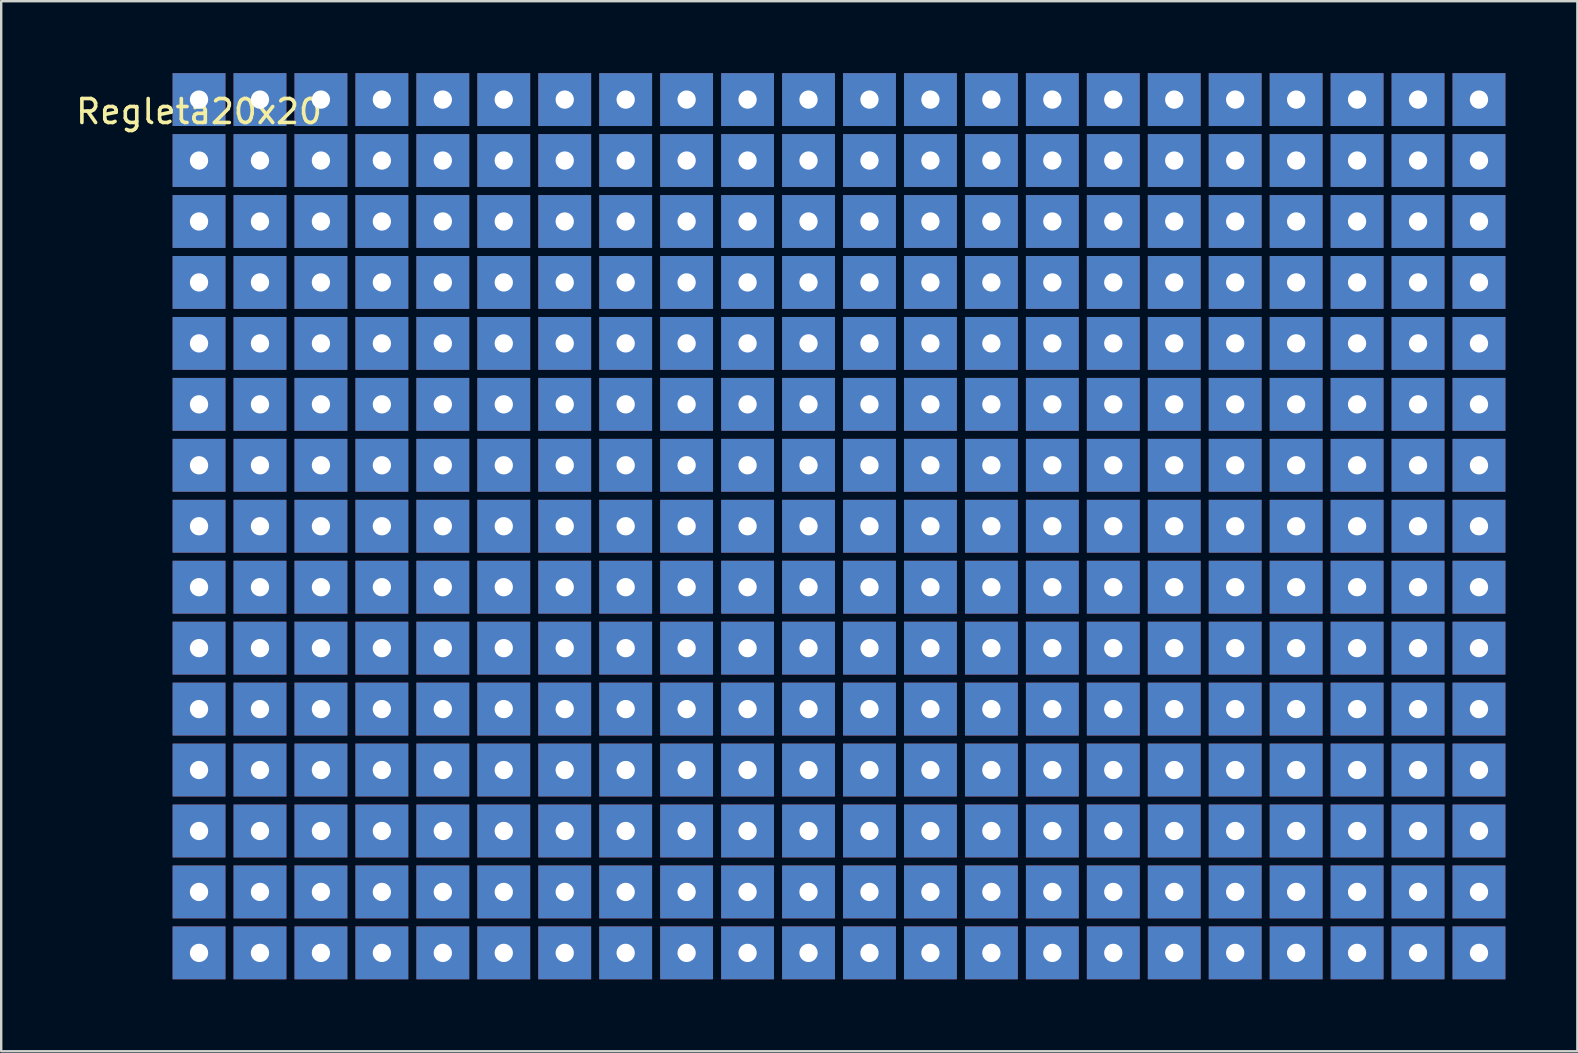
<source format=kicad_pcb>
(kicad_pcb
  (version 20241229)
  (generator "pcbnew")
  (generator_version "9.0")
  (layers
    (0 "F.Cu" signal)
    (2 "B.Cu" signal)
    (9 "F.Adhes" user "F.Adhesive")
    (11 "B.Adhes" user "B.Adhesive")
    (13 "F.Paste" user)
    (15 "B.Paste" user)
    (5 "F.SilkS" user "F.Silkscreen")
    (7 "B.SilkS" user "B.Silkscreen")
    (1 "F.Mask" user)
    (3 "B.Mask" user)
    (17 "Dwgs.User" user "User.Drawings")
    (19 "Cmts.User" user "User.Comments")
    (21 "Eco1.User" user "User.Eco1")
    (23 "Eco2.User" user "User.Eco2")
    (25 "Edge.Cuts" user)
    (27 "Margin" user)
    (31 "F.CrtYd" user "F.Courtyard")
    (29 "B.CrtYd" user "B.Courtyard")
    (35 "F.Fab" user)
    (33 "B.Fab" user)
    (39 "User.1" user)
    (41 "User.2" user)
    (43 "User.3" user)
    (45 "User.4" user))
  (footprint "Regleta20x20"
    (layer "F.Cu")
    (at 5.244 1.1)
    (property "Reference" "Regleta20x20" (at 0 0.5 0) (layer "F.SilkS") (effects (font (size 1 1) (thickness 0.15))))
    (attr through_hole)
    (pad "1" thru_hole rect (at 0 0) (size 2.2 2.2) (drill 0.762) (layers "*.Cu" "*.Mask"))
    (pad "12" thru_hole rect (at 0 2.54) (size 2.2 2.2) (drill 0.762) (layers "*.Cu" "*.Mask"))
    (pad "13" thru_hole rect (at 0 5.08) (size 2.2 2.2) (drill 0.762) (layers "*.Cu" "*.Mask"))
    (pad "14" thru_hole rect (at 0 7.62) (size 2.2 2.2) (drill 0.762) (layers "*.Cu" "*.Mask"))
    (pad "15" thru_hole rect (at 0 10.16) (size 2.2 2.2) (drill 0.762) (layers "*.Cu" "*.Mask"))
    (pad "16" thru_hole rect (at 0 12.7) (size 2.2 2.2) (drill 0.762) (layers "*.Cu" "*.Mask"))
    (pad "17" thru_hole rect (at 0 15.24) (size 2.2 2.2) (drill 0.762) (layers "*.Cu" "*.Mask"))
    (pad "18" thru_hole rect (at 0 17.78) (size 2.2 2.2) (drill 0.762) (layers "*.Cu" "*.Mask"))
    (pad "19" thru_hole rect (at 0 20.32) (size 2.2 2.2) (drill 0.762) (layers "*.Cu" "*.Mask"))
    (pad "21" thru_hole rect (at 2.54 0) (size 2.2 2.2) (drill 0.762) (layers "*.Cu" "*.Mask"))
    (pad "22" thru_hole rect (at 2.54 2.54) (size 2.2 2.2) (drill 0.762) (layers "*.Cu" "*.Mask"))
    (pad "23" thru_hole rect (at 2.54 5.08) (size 2.2 2.2) (drill 0.762) (layers "*.Cu" "*.Mask"))
    (pad "24" thru_hole rect (at 2.54 7.62) (size 2.2 2.2) (drill 0.762) (layers "*.Cu" "*.Mask"))
    (pad "25" thru_hole rect (at 2.54 10.16) (size 2.2 2.2) (drill 0.762) (layers "*.Cu" "*.Mask"))
    (pad "26" thru_hole rect (at 2.54 12.7) (size 2.2 2.2) (drill 0.762) (layers "*.Cu" "*.Mask"))
    (pad "27" thru_hole rect (at 2.54 15.24) (size 2.2 2.2) (drill 0.762) (layers "*.Cu" "*.Mask"))
    (pad "28" thru_hole rect (at 2.54 17.78) (size 2.2 2.2) (drill 0.762) (layers "*.Cu" "*.Mask"))
    (pad "29" thru_hole rect (at 2.54 20.32) (size 2.2 2.2) (drill 0.762) (layers "*.Cu" "*.Mask"))
    (pad "31" thru_hole rect (at 5.08 0) (size 2.2 2.2) (drill 0.762) (layers "*.Cu" "*.Mask"))
    (pad "32" thru_hole rect (at 5.08 2.54) (size 2.2 2.2) (drill 0.762) (layers "*.Cu" "*.Mask"))
    (pad "33" thru_hole rect (at 5.08 5.08) (size 2.2 2.2) (drill 0.762) (layers "*.Cu" "*.Mask"))
    (pad "34" thru_hole rect (at 5.08 7.62) (size 2.2 2.2) (drill 0.762) (layers "*.Cu" "*.Mask"))
    (pad "35" thru_hole rect (at 5.08 10.16) (size 2.2 2.2) (drill 0.762) (layers "*.Cu" "*.Mask"))
    (pad "36" thru_hole rect (at 5.08 12.7) (size 2.2 2.2) (drill 0.762) (layers "*.Cu" "*.Mask"))
    (pad "37" thru_hole rect (at 5.08 15.24) (size 2.2 2.2) (drill 0.762) (layers "*.Cu" "*.Mask"))
    (pad "38" thru_hole rect (at 5.08 17.78) (size 2.2 2.2) (drill 0.762) (layers "*.Cu" "*.Mask"))
    (pad "39" thru_hole rect (at 5.08 20.32) (size 2.2 2.2) (drill 0.762) (layers "*.Cu" "*.Mask"))
    (pad "41" thru_hole rect (at 7.62 0) (size 2.2 2.2) (drill 0.762) (layers "*.Cu" "*.Mask"))
    (pad "42" thru_hole rect (at 7.62 2.54) (size 2.2 2.2) (drill 0.762) (layers "*.Cu" "*.Mask"))
    (pad "43" thru_hole rect (at 7.62 5.08) (size 2.2 2.2) (drill 0.762) (layers "*.Cu" "*.Mask"))
    (pad "44" thru_hole rect (at 7.62 7.62) (size 2.2 2.2) (drill 0.762) (layers "*.Cu" "*.Mask"))
    (pad "45" thru_hole rect (at 7.62 10.16) (size 2.2 2.2) (drill 0.762) (layers "*.Cu" "*.Mask"))
    (pad "46" thru_hole rect (at 7.62 12.7) (size 2.2 2.2) (drill 0.762) (layers "*.Cu" "*.Mask"))
    (pad "47" thru_hole rect (at 7.62 15.24) (size 2.2 2.2) (drill 0.762) (layers "*.Cu" "*.Mask"))
    (pad "48" thru_hole rect (at 7.62 17.78) (size 2.2 2.2) (drill 0.762) (layers "*.Cu" "*.Mask"))
    (pad "49" thru_hole rect (at 7.62 20.32) (size 2.2 2.2) (drill 0.762) (layers "*.Cu" "*.Mask"))
    (pad "51" thru_hole rect (at 10.16 0) (size 2.2 2.2) (drill 0.762) (layers "*.Cu" "*.Mask"))
    (pad "52" thru_hole rect (at 10.16 2.54) (size 2.2 2.2) (drill 0.762) (layers "*.Cu" "*.Mask"))
    (pad "53" thru_hole rect (at 10.16 5.08) (size 2.2 2.2) (drill 0.762) (layers "*.Cu" "*.Mask"))
    (pad "54" thru_hole rect (at 10.16 7.62) (size 2.2 2.2) (drill 0.762) (layers "*.Cu" "*.Mask"))
    (pad "55" thru_hole rect (at 10.16 10.16) (size 2.2 2.2) (drill 0.762) (layers "*.Cu" "*.Mask"))
    (pad "56" thru_hole rect (at 10.16 12.7) (size 2.2 2.2) (drill 0.762) (layers "*.Cu" "*.Mask"))
    (pad "57" thru_hole rect (at 10.16 15.24) (size 2.2 2.2) (drill 0.762) (layers "*.Cu" "*.Mask"))
    (pad "58" thru_hole rect (at 10.16 17.78) (size 2.2 2.2) (drill 0.762) (layers "*.Cu" "*.Mask"))
    (pad "59" thru_hole rect (at 10.16 20.32) (size 2.2 2.2) (drill 0.762) (layers "*.Cu" "*.Mask"))
    (pad "61" thru_hole rect (at 12.7 0) (size 2.2 2.2) (drill 0.762) (layers "*.Cu" "*.Mask"))
    (pad "62" thru_hole rect (at 12.7 2.54) (size 2.2 2.2) (drill 0.762) (layers "*.Cu" "*.Mask"))
    (pad "63" thru_hole rect (at 12.7 5.08) (size 2.2 2.2) (drill 0.762) (layers "*.Cu" "*.Mask"))
    (pad "64" thru_hole rect (at 12.7 7.62) (size 2.2 2.2) (drill 0.762) (layers "*.Cu" "*.Mask"))
    (pad "65" thru_hole rect (at 12.7 10.16) (size 2.2 2.2) (drill 0.762) (layers "*.Cu" "*.Mask"))
    (pad "66" thru_hole rect (at 12.7 12.7) (size 2.2 2.2) (drill 0.762) (layers "*.Cu" "*.Mask"))
    (pad "67" thru_hole rect (at 12.7 15.24) (size 2.2 2.2) (drill 0.762) (layers "*.Cu" "*.Mask"))
    (pad "68" thru_hole rect (at 12.7 17.78) (size 2.2 2.2) (drill 0.762) (layers "*.Cu" "*.Mask"))
    (pad "69" thru_hole rect (at 12.7 20.32) (size 2.2 2.2) (drill 0.762) (layers "*.Cu" "*.Mask"))
    (pad "71" thru_hole rect (at 15.24 0) (size 2.2 2.2) (drill 0.762) (layers "*.Cu" "*.Mask"))
    (pad "72" thru_hole rect (at 15.24 2.54) (size 2.2 2.2) (drill 0.762) (layers "*.Cu" "*.Mask"))
    (pad "73" thru_hole rect (at 15.24 5.08) (size 2.2 2.2) (drill 0.762) (layers "*.Cu" "*.Mask"))
    (pad "74" thru_hole rect (at 15.24 7.62) (size 2.2 2.2) (drill 0.762) (layers "*.Cu" "*.Mask"))
    (pad "75" thru_hole rect (at 15.24 10.16) (size 2.2 2.2) (drill 0.762) (layers "*.Cu" "*.Mask"))
    (pad "76" thru_hole rect (at 15.24 12.7) (size 2.2 2.2) (drill 0.762) (layers "*.Cu" "*.Mask"))
    (pad "77" thru_hole rect (at 15.24 15.24) (size 2.2 2.2) (drill 0.762) (layers "*.Cu" "*.Mask"))
    (pad "78" thru_hole rect (at 15.24 17.78) (size 2.2 2.2) (drill 0.762) (layers "*.Cu" "*.Mask"))
    (pad "79" thru_hole rect (at 15.24 20.32) (size 2.2 2.2) (drill 0.762) (layers "*.Cu" "*.Mask"))
    (pad "81" thru_hole rect (at 17.78 0) (size 2.2 2.2) (drill 0.762) (layers "*.Cu" "*.Mask"))
    (pad "82" thru_hole rect (at 17.78 2.54) (size 2.2 2.2) (drill 0.762) (layers "*.Cu" "*.Mask"))
    (pad "83" thru_hole rect (at 17.78 5.08) (size 2.2 2.2) (drill 0.762) (layers "*.Cu" "*.Mask"))
    (pad "84" thru_hole rect (at 17.78 7.62) (size 2.2 2.2) (drill 0.762) (layers "*.Cu" "*.Mask"))
    (pad "85" thru_hole rect (at 17.78 10.16) (size 2.2 2.2) (drill 0.762) (layers "*.Cu" "*.Mask"))
    (pad "86" thru_hole rect (at 17.78 12.7) (size 2.2 2.2) (drill 0.762) (layers "*.Cu" "*.Mask"))
    (pad "87" thru_hole rect (at 17.78 15.24) (size 2.2 2.2) (drill 0.762) (layers "*.Cu" "*.Mask"))
    (pad "88" thru_hole rect (at 17.78 17.78) (size 2.2 2.2) (drill 0.762) (layers "*.Cu" "*.Mask"))
    (pad "89" thru_hole rect (at 17.78 20.32) (size 2.2 2.2) (drill 0.762) (layers "*.Cu" "*.Mask"))
    (pad "91" thru_hole rect (at 20.32 0) (size 2.2 2.2) (drill 0.762) (layers "*.Cu" "*.Mask"))
    (pad "92" thru_hole rect (at 20.32 2.54) (size 2.2 2.2) (drill 0.762) (layers "*.Cu" "*.Mask"))
    (pad "93" thru_hole rect (at 20.32 5.08) (size 2.2 2.2) (drill 0.762) (layers "*.Cu" "*.Mask"))
    (pad "94" thru_hole rect (at 20.32 7.62) (size 2.2 2.2) (drill 0.762) (layers "*.Cu" "*.Mask"))
    (pad "95" thru_hole rect (at 20.32 10.16) (size 2.2 2.2) (drill 0.762) (layers "*.Cu" "*.Mask"))
    (pad "96" thru_hole rect (at 20.32 12.7) (size 2.2 2.2) (drill 0.762) (layers "*.Cu" "*.Mask"))
    (pad "97" thru_hole rect (at 20.32 15.24) (size 2.2 2.2) (drill 0.762) (layers "*.Cu" "*.Mask"))
    (pad "98" thru_hole rect (at 20.32 17.78) (size 2.2 2.2) (drill 0.762) (layers "*.Cu" "*.Mask"))
    (pad "99" thru_hole rect (at 20.32 20.32) (size 2.2 2.2) (drill 0.762) (layers "*.Cu" "*.Mask"))
    (pad "101" thru_hole rect (at 22.86 0) (size 2.2 2.2) (drill 0.762) (layers "*.Cu" "*.Mask"))
    (pad "102" thru_hole rect (at 22.86 2.54) (size 2.2 2.2) (drill 0.762) (layers "*.Cu" "*.Mask"))
    (pad "103" thru_hole rect (at 22.86 5.08) (size 2.2 2.2) (drill 0.762) (layers "*.Cu" "*.Mask"))
    (pad "104" thru_hole rect (at 22.86 7.62) (size 2.2 2.2) (drill 0.762) (layers "*.Cu" "*.Mask"))
    (pad "105" thru_hole rect (at 22.86 10.16) (size 2.2 2.2) (drill 0.762) (layers "*.Cu" "*.Mask"))
    (pad "106" thru_hole rect (at 22.86 12.7) (size 2.2 2.2) (drill 0.762) (layers "*.Cu" "*.Mask"))
    (pad "107" thru_hole rect (at 22.86 15.24) (size 2.2 2.2) (drill 0.762) (layers "*.Cu" "*.Mask"))
    (pad "108" thru_hole rect (at 22.86 17.78) (size 2.2 2.2) (drill 0.762) (layers "*.Cu" "*.Mask"))
    (pad "109" thru_hole rect (at 22.86 20.32) (size 2.2 2.2) (drill 0.762) (layers "*.Cu" "*.Mask"))
    (pad "110" thru_hole rect (at 0 22.86) (size 2.2 2.2) (drill 0.762) (layers "*.Cu" "*.Mask"))
    (pad "111" thru_hole rect (at 0 25.4) (size 2.2 2.2) (drill 0.762) (layers "*.Cu" "*.Mask"))
    (pad "111" thru_hole rect (at 25.4 0) (size 2.2 2.2) (drill 0.762) (layers "*.Cu" "*.Mask"))
    (pad "112" thru_hole rect (at 0 27.94) (size 2.2 2.2) (drill 0.762) (layers "*.Cu" "*.Mask"))
    (pad "112" thru_hole rect (at 25.4 2.54) (size 2.2 2.2) (drill 0.762) (layers "*.Cu" "*.Mask"))
    (pad "113" thru_hole rect (at 0 30.48) (size 2.2 2.2) (drill 0.762) (layers "*.Cu" "*.Mask"))
    (pad "113" thru_hole rect (at 25.4 5.08) (size 2.2 2.2) (drill 0.762) (layers "*.Cu" "*.Mask"))
    (pad "114" thru_hole rect (at 0 33.02) (size 2.2 2.2) (drill 0.762) (layers "*.Cu" "*.Mask"))
    (pad "114" thru_hole rect (at 25.4 7.62) (size 2.2 2.2) (drill 0.762) (layers "*.Cu" "*.Mask"))
    (pad "115" thru_hole rect (at 0 35.56) (size 2.2 2.2) (drill 0.762) (layers "*.Cu" "*.Mask"))
    (pad "115" thru_hole rect (at 25.4 10.16) (size 2.2 2.2) (drill 0.762) (layers "*.Cu" "*.Mask"))
    (pad "116" thru_hole rect (at 25.4 12.7) (size 2.2 2.2) (drill 0.762) (layers "*.Cu" "*.Mask"))
    (pad "117" thru_hole rect (at 25.4 15.24) (size 2.2 2.2) (drill 0.762) (layers "*.Cu" "*.Mask"))
    (pad "118" thru_hole rect (at 25.4 17.78) (size 2.2 2.2) (drill 0.762) (layers "*.Cu" "*.Mask"))
    (pad "119" thru_hole rect (at 25.4 20.32) (size 2.2 2.2) (drill 0.762) (layers "*.Cu" "*.Mask"))
    (pad "121" thru_hole rect (at 27.94 0) (size 2.2 2.2) (drill 0.762) (layers "*.Cu" "*.Mask"))
    (pad "122" thru_hole rect (at 27.94 2.54) (size 2.2 2.2) (drill 0.762) (layers "*.Cu" "*.Mask"))
    (pad "123" thru_hole rect (at 27.94 5.08) (size 2.2 2.2) (drill 0.762) (layers "*.Cu" "*.Mask"))
    (pad "124" thru_hole rect (at 27.94 7.62) (size 2.2 2.2) (drill 0.762) (layers "*.Cu" "*.Mask"))
    (pad "125" thru_hole rect (at 27.94 10.16) (size 2.2 2.2) (drill 0.762) (layers "*.Cu" "*.Mask"))
    (pad "126" thru_hole rect (at 27.94 12.7) (size 2.2 2.2) (drill 0.762) (layers "*.Cu" "*.Mask"))
    (pad "127" thru_hole rect (at 27.94 15.24) (size 2.2 2.2) (drill 0.762) (layers "*.Cu" "*.Mask"))
    (pad "128" thru_hole rect (at 27.94 17.78) (size 2.2 2.2) (drill 0.762) (layers "*.Cu" "*.Mask"))
    (pad "129" thru_hole rect (at 27.94 20.32) (size 2.2 2.2) (drill 0.762) (layers "*.Cu" "*.Mask"))
    (pad "131" thru_hole rect (at 30.48 0) (size 2.2 2.2) (drill 0.762) (layers "*.Cu" "*.Mask"))
    (pad "132" thru_hole rect (at 30.48 2.54) (size 2.2 2.2) (drill 0.762) (layers "*.Cu" "*.Mask"))
    (pad "133" thru_hole rect (at 30.48 5.08) (size 2.2 2.2) (drill 0.762) (layers "*.Cu" "*.Mask"))
    (pad "134" thru_hole rect (at 30.48 7.62) (size 2.2 2.2) (drill 0.762) (layers "*.Cu" "*.Mask"))
    (pad "135" thru_hole rect (at 30.48 10.16) (size 2.2 2.2) (drill 0.762) (layers "*.Cu" "*.Mask"))
    (pad "136" thru_hole rect (at 30.48 12.7) (size 2.2 2.2) (drill 0.762) (layers "*.Cu" "*.Mask"))
    (pad "137" thru_hole rect (at 30.48 15.24) (size 2.2 2.2) (drill 0.762) (layers "*.Cu" "*.Mask"))
    (pad "138" thru_hole rect (at 30.48 17.78) (size 2.2 2.2) (drill 0.762) (layers "*.Cu" "*.Mask"))
    (pad "139" thru_hole rect (at 30.48 20.32) (size 2.2 2.2) (drill 0.762) (layers "*.Cu" "*.Mask"))
    (pad "141" thru_hole rect (at 33.02 0) (size 2.2 2.2) (drill 0.762) (layers "*.Cu" "*.Mask"))
    (pad "142" thru_hole rect (at 33.02 2.54) (size 2.2 2.2) (drill 0.762) (layers "*.Cu" "*.Mask"))
    (pad "143" thru_hole rect (at 33.02 5.08) (size 2.2 2.2) (drill 0.762) (layers "*.Cu" "*.Mask"))
    (pad "144" thru_hole rect (at 33.02 7.62) (size 2.2 2.2) (drill 0.762) (layers "*.Cu" "*.Mask"))
    (pad "145" thru_hole rect (at 33.02 10.16) (size 2.2 2.2) (drill 0.762) (layers "*.Cu" "*.Mask"))
    (pad "146" thru_hole rect (at 33.02 12.7) (size 2.2 2.2) (drill 0.762) (layers "*.Cu" "*.Mask"))
    (pad "147" thru_hole rect (at 33.02 15.24) (size 2.2 2.2) (drill 0.762) (layers "*.Cu" "*.Mask"))
    (pad "148" thru_hole rect (at 33.02 17.78) (size 2.2 2.2) (drill 0.762) (layers "*.Cu" "*.Mask"))
    (pad "149" thru_hole rect (at 33.02 20.32) (size 2.2 2.2) (drill 0.762) (layers "*.Cu" "*.Mask"))
    (pad "151" thru_hole rect (at 35.56 0) (size 2.2 2.2) (drill 0.762) (layers "*.Cu" "*.Mask"))
    (pad "152" thru_hole rect (at 35.56 2.54) (size 2.2 2.2) (drill 0.762) (layers "*.Cu" "*.Mask"))
    (pad "153" thru_hole rect (at 35.56 5.08) (size 2.2 2.2) (drill 0.762) (layers "*.Cu" "*.Mask"))
    (pad "154" thru_hole rect (at 35.56 7.62) (size 2.2 2.2) (drill 0.762) (layers "*.Cu" "*.Mask"))
    (pad "155" thru_hole rect (at 35.56 10.16) (size 2.2 2.2) (drill 0.762) (layers "*.Cu" "*.Mask"))
    (pad "156" thru_hole rect (at 35.56 12.7) (size 2.2 2.2) (drill 0.762) (layers "*.Cu" "*.Mask"))
    (pad "157" thru_hole rect (at 35.56 15.24) (size 2.2 2.2) (drill 0.762) (layers "*.Cu" "*.Mask"))
    (pad "158" thru_hole rect (at 35.56 17.78) (size 2.2 2.2) (drill 0.762) (layers "*.Cu" "*.Mask"))
    (pad "159" thru_hole rect (at 35.56 20.32) (size 2.2 2.2) (drill 0.762) (layers "*.Cu" "*.Mask"))
    (pad "161" thru_hole rect (at 38.1 0) (size 2.2 2.2) (drill 0.762) (layers "*.Cu" "*.Mask"))
    (pad "162" thru_hole rect (at 38.1 2.54) (size 2.2 2.2) (drill 0.762) (layers "*.Cu" "*.Mask"))
    (pad "163" thru_hole rect (at 38.1 5.08) (size 2.2 2.2) (drill 0.762) (layers "*.Cu" "*.Mask"))
    (pad "164" thru_hole rect (at 38.1 7.62) (size 2.2 2.2) (drill 0.762) (layers "*.Cu" "*.Mask"))
    (pad "165" thru_hole rect (at 38.1 10.16) (size 2.2 2.2) (drill 0.762) (layers "*.Cu" "*.Mask"))
    (pad "166" thru_hole rect (at 38.1 12.7) (size 2.2 2.2) (drill 0.762) (layers "*.Cu" "*.Mask"))
    (pad "167" thru_hole rect (at 38.1 15.24) (size 2.2 2.2) (drill 0.762) (layers "*.Cu" "*.Mask"))
    (pad "168" thru_hole rect (at 38.1 17.78) (size 2.2 2.2) (drill 0.762) (layers "*.Cu" "*.Mask"))
    (pad "169" thru_hole rect (at 38.1 20.32) (size 2.2 2.2) (drill 0.762) (layers "*.Cu" "*.Mask"))
    (pad "171" thru_hole rect (at 40.64 0) (size 2.2 2.2) (drill 0.762) (layers "*.Cu" "*.Mask"))
    (pad "172" thru_hole rect (at 40.64 2.54) (size 2.2 2.2) (drill 0.762) (layers "*.Cu" "*.Mask"))
    (pad "173" thru_hole rect (at 40.64 5.08) (size 2.2 2.2) (drill 0.762) (layers "*.Cu" "*.Mask"))
    (pad "174" thru_hole rect (at 40.64 7.62) (size 2.2 2.2) (drill 0.762) (layers "*.Cu" "*.Mask"))
    (pad "175" thru_hole rect (at 40.64 10.16) (size 2.2 2.2) (drill 0.762) (layers "*.Cu" "*.Mask"))
    (pad "176" thru_hole rect (at 40.64 12.7) (size 2.2 2.2) (drill 0.762) (layers "*.Cu" "*.Mask"))
    (pad "177" thru_hole rect (at 40.64 15.24) (size 2.2 2.2) (drill 0.762) (layers "*.Cu" "*.Mask"))
    (pad "178" thru_hole rect (at 40.64 17.78) (size 2.2 2.2) (drill 0.762) (layers "*.Cu" "*.Mask"))
    (pad "179" thru_hole rect (at 40.64 20.32) (size 2.2 2.2) (drill 0.762) (layers "*.Cu" "*.Mask"))
    (pad "181" thru_hole rect (at 43.18 0) (size 2.2 2.2) (drill 0.762) (layers "*.Cu" "*.Mask"))
    (pad "182" thru_hole rect (at 43.18 2.54) (size 2.2 2.2) (drill 0.762) (layers "*.Cu" "*.Mask"))
    (pad "183" thru_hole rect (at 43.18 5.08) (size 2.2 2.2) (drill 0.762) (layers "*.Cu" "*.Mask"))
    (pad "184" thru_hole rect (at 43.18 7.62) (size 2.2 2.2) (drill 0.762) (layers "*.Cu" "*.Mask"))
    (pad "185" thru_hole rect (at 43.18 10.16) (size 2.2 2.2) (drill 0.762) (layers "*.Cu" "*.Mask"))
    (pad "186" thru_hole rect (at 43.18 12.7) (size 2.2 2.2) (drill 0.762) (layers "*.Cu" "*.Mask"))
    (pad "187" thru_hole rect (at 43.18 15.24) (size 2.2 2.2) (drill 0.762) (layers "*.Cu" "*.Mask"))
    (pad "188" thru_hole rect (at 43.18 17.78) (size 2.2 2.2) (drill 0.762) (layers "*.Cu" "*.Mask"))
    (pad "189" thru_hole rect (at 43.18 20.32) (size 2.2 2.2) (drill 0.762) (layers "*.Cu" "*.Mask"))
    (pad "191" thru_hole rect (at 45.72 0) (size 2.2 2.2) (drill 0.762) (layers "*.Cu" "*.Mask"))
    (pad "192" thru_hole rect (at 45.72 2.54) (size 2.2 2.2) (drill 0.762) (layers "*.Cu" "*.Mask"))
    (pad "193" thru_hole rect (at 45.72 5.08) (size 2.2 2.2) (drill 0.762) (layers "*.Cu" "*.Mask"))
    (pad "194" thru_hole rect (at 45.72 7.62) (size 2.2 2.2) (drill 0.762) (layers "*.Cu" "*.Mask"))
    (pad "195" thru_hole rect (at 45.72 10.16) (size 2.2 2.2) (drill 0.762) (layers "*.Cu" "*.Mask"))
    (pad "196" thru_hole rect (at 45.72 12.7) (size 2.2 2.2) (drill 0.762) (layers "*.Cu" "*.Mask"))
    (pad "197" thru_hole rect (at 45.72 15.24) (size 2.2 2.2) (drill 0.762) (layers "*.Cu" "*.Mask"))
    (pad "198" thru_hole rect (at 45.72 17.78) (size 2.2 2.2) (drill 0.762) (layers "*.Cu" "*.Mask"))
    (pad "199" thru_hole rect (at 45.72 20.32) (size 2.2 2.2) (drill 0.762) (layers "*.Cu" "*.Mask"))
    (pad "201" thru_hole rect (at 48.26 0) (size 2.2 2.2) (drill 0.762) (layers "*.Cu" "*.Mask"))
    (pad "202" thru_hole rect (at 48.26 2.54) (size 2.2 2.2) (drill 0.762) (layers "*.Cu" "*.Mask"))
    (pad "203" thru_hole rect (at 48.26 5.08) (size 2.2 2.2) (drill 0.762) (layers "*.Cu" "*.Mask"))
    (pad "204" thru_hole rect (at 48.26 7.62) (size 2.2 2.2) (drill 0.762) (layers "*.Cu" "*.Mask"))
    (pad "205" thru_hole rect (at 48.26 10.16) (size 2.2 2.2) (drill 0.762) (layers "*.Cu" "*.Mask"))
    (pad "206" thru_hole rect (at 48.26 12.7) (size 2.2 2.2) (drill 0.762) (layers "*.Cu" "*.Mask"))
    (pad "207" thru_hole rect (at 48.26 15.24) (size 2.2 2.2) (drill 0.762) (layers "*.Cu" "*.Mask"))
    (pad "208" thru_hole rect (at 48.26 17.78) (size 2.2 2.2) (drill 0.762) (layers "*.Cu" "*.Mask"))
    (pad "209" thru_hole rect (at 48.26 20.32) (size 2.2 2.2) (drill 0.762) (layers "*.Cu" "*.Mask"))
    (pad "210" thru_hole rect (at 2.54 22.86) (size 2.2 2.2) (drill 0.762) (layers "*.Cu" "*.Mask"))
    (pad "211" thru_hole rect (at 2.54 25.4) (size 2.2 2.2) (drill 0.762) (layers "*.Cu" "*.Mask"))
    (pad "211" thru_hole rect (at 50.8 0) (size 2.2 2.2) (drill 0.762) (layers "*.Cu" "*.Mask"))
    (pad "212" thru_hole rect (at 2.54 27.94) (size 2.2 2.2) (drill 0.762) (layers "*.Cu" "*.Mask"))
    (pad "212" thru_hole rect (at 50.8 2.54) (size 2.2 2.2) (drill 0.762) (layers "*.Cu" "*.Mask"))
    (pad "213" thru_hole rect (at 2.54 30.48) (size 2.2 2.2) (drill 0.762) (layers "*.Cu" "*.Mask"))
    (pad "213" thru_hole rect (at 50.8 5.08) (size 2.2 2.2) (drill 0.762) (layers "*.Cu" "*.Mask"))
    (pad "214" thru_hole rect (at 2.54 33.02) (size 2.2 2.2) (drill 0.762) (layers "*.Cu" "*.Mask"))
    (pad "214" thru_hole rect (at 50.8 7.62) (size 2.2 2.2) (drill 0.762) (layers "*.Cu" "*.Mask"))
    (pad "215" thru_hole rect (at 2.54 35.56) (size 2.2 2.2) (drill 0.762) (layers "*.Cu" "*.Mask"))
    (pad "215" thru_hole rect (at 50.8 10.16) (size 2.2 2.2) (drill 0.762) (layers "*.Cu" "*.Mask"))
    (pad "216" thru_hole rect (at 50.8 12.7) (size 2.2 2.2) (drill 0.762) (layers "*.Cu" "*.Mask"))
    (pad "217" thru_hole rect (at 50.8 15.24) (size 2.2 2.2) (drill 0.762) (layers "*.Cu" "*.Mask"))
    (pad "218" thru_hole rect (at 50.8 17.78) (size 2.2 2.2) (drill 0.762) (layers "*.Cu" "*.Mask"))
    (pad "219" thru_hole rect (at 50.8 20.32) (size 2.2 2.2) (drill 0.762) (layers "*.Cu" "*.Mask"))
    (pad "221" thru_hole rect (at 53.34 0) (size 2.2 2.2) (drill 0.762) (layers "*.Cu" "*.Mask"))
    (pad "222" thru_hole rect (at 53.34 2.54) (size 2.2 2.2) (drill 0.762) (layers "*.Cu" "*.Mask"))
    (pad "223" thru_hole rect (at 53.34 5.08) (size 2.2 2.2) (drill 0.762) (layers "*.Cu" "*.Mask"))
    (pad "224" thru_hole rect (at 53.34 7.62) (size 2.2 2.2) (drill 0.762) (layers "*.Cu" "*.Mask"))
    (pad "225" thru_hole rect (at 53.34 10.16) (size 2.2 2.2) (drill 0.762) (layers "*.Cu" "*.Mask"))
    (pad "226" thru_hole rect (at 53.34 12.7) (size 2.2 2.2) (drill 0.762) (layers "*.Cu" "*.Mask"))
    (pad "227" thru_hole rect (at 53.34 15.24) (size 2.2 2.2) (drill 0.762) (layers "*.Cu" "*.Mask"))
    (pad "228" thru_hole rect (at 53.34 17.78) (size 2.2 2.2) (drill 0.762) (layers "*.Cu" "*.Mask"))
    (pad "229" thru_hole rect (at 53.34 20.32) (size 2.2 2.2) (drill 0.762) (layers "*.Cu" "*.Mask"))
    (pad "310" thru_hole rect (at 5.08 22.86) (size 2.2 2.2) (drill 0.762) (layers "*.Cu" "*.Mask"))
    (pad "311" thru_hole rect (at 5.08 25.4) (size 2.2 2.2) (drill 0.762) (layers "*.Cu" "*.Mask"))
    (pad "312" thru_hole rect (at 5.08 27.94) (size 2.2 2.2) (drill 0.762) (layers "*.Cu" "*.Mask"))
    (pad "313" thru_hole rect (at 5.08 30.48) (size 2.2 2.2) (drill 0.762) (layers "*.Cu" "*.Mask"))
    (pad "314" thru_hole rect (at 5.08 33.02) (size 2.2 2.2) (drill 0.762) (layers "*.Cu" "*.Mask"))
    (pad "315" thru_hole rect (at 5.08 35.56) (size 2.2 2.2) (drill 0.762) (layers "*.Cu" "*.Mask"))
    (pad "410" thru_hole rect (at 7.62 22.86) (size 2.2 2.2) (drill 0.762) (layers "*.Cu" "*.Mask"))
    (pad "411" thru_hole rect (at 7.62 25.4) (size 2.2 2.2) (drill 0.762) (layers "*.Cu" "*.Mask"))
    (pad "412" thru_hole rect (at 7.62 27.94) (size 2.2 2.2) (drill 0.762) (layers "*.Cu" "*.Mask"))
    (pad "413" thru_hole rect (at 7.62 30.48) (size 2.2 2.2) (drill 0.762) (layers "*.Cu" "*.Mask"))
    (pad "414" thru_hole rect (at 7.62 33.02) (size 2.2 2.2) (drill 0.762) (layers "*.Cu" "*.Mask"))
    (pad "415" thru_hole rect (at 7.62 35.56) (size 2.2 2.2) (drill 0.762) (layers "*.Cu" "*.Mask"))
    (pad "510" thru_hole rect (at 10.16 22.86) (size 2.2 2.2) (drill 0.762) (layers "*.Cu" "*.Mask"))
    (pad "511" thru_hole rect (at 10.16 25.4) (size 2.2 2.2) (drill 0.762) (layers "*.Cu" "*.Mask"))
    (pad "512" thru_hole rect (at 10.16 27.94) (size 2.2 2.2) (drill 0.762) (layers "*.Cu" "*.Mask"))
    (pad "513" thru_hole rect (at 10.16 30.48) (size 2.2 2.2) (drill 0.762) (layers "*.Cu" "*.Mask"))
    (pad "514" thru_hole rect (at 10.16 33.02) (size 2.2 2.2) (drill 0.762) (layers "*.Cu" "*.Mask"))
    (pad "515" thru_hole rect (at 10.16 35.56) (size 2.2 2.2) (drill 0.762) (layers "*.Cu" "*.Mask"))
    (pad "610" thru_hole rect (at 12.7 22.86) (size 2.2 2.2) (drill 0.762) (layers "*.Cu" "*.Mask"))
    (pad "611" thru_hole rect (at 12.7 25.4) (size 2.2 2.2) (drill 0.762) (layers "*.Cu" "*.Mask"))
    (pad "612" thru_hole rect (at 12.7 27.94) (size 2.2 2.2) (drill 0.762) (layers "*.Cu" "*.Mask"))
    (pad "613" thru_hole rect (at 12.7 30.48) (size 2.2 2.2) (drill 0.762) (layers "*.Cu" "*.Mask"))
    (pad "614" thru_hole rect (at 12.7 33.02) (size 2.2 2.2) (drill 0.762) (layers "*.Cu" "*.Mask"))
    (pad "615" thru_hole rect (at 12.7 35.56) (size 2.2 2.2) (drill 0.762) (layers "*.Cu" "*.Mask"))
    (pad "710" thru_hole rect (at 15.24 22.86) (size 2.2 2.2) (drill 0.762) (layers "*.Cu" "*.Mask"))
    (pad "711" thru_hole rect (at 15.24 25.4) (size 2.2 2.2) (drill 0.762) (layers "*.Cu" "*.Mask"))
    (pad "712" thru_hole rect (at 15.24 27.94) (size 2.2 2.2) (drill 0.762) (layers "*.Cu" "*.Mask"))
    (pad "713" thru_hole rect (at 15.24 30.48) (size 2.2 2.2) (drill 0.762) (layers "*.Cu" "*.Mask"))
    (pad "714" thru_hole rect (at 15.24 33.02) (size 2.2 2.2) (drill 0.762) (layers "*.Cu" "*.Mask"))
    (pad "715" thru_hole rect (at 15.24 35.56) (size 2.2 2.2) (drill 0.762) (layers "*.Cu" "*.Mask"))
    (pad "810" thru_hole rect (at 17.78 22.86) (size 2.2 2.2) (drill 0.762) (layers "*.Cu" "*.Mask"))
    (pad "811" thru_hole rect (at 17.78 25.4) (size 2.2 2.2) (drill 0.762) (layers "*.Cu" "*.Mask"))
    (pad "812" thru_hole rect (at 17.78 27.94) (size 2.2 2.2) (drill 0.762) (layers "*.Cu" "*.Mask"))
    (pad "813" thru_hole rect (at 17.78 30.48) (size 2.2 2.2) (drill 0.762) (layers "*.Cu" "*.Mask"))
    (pad "814" thru_hole rect (at 17.78 33.02) (size 2.2 2.2) (drill 0.762) (layers "*.Cu" "*.Mask"))
    (pad "815" thru_hole rect (at 17.78 35.56) (size 2.2 2.2) (drill 0.762) (layers "*.Cu" "*.Mask"))
    (pad "910" thru_hole rect (at 20.32 22.86) (size 2.2 2.2) (drill 0.762) (layers "*.Cu" "*.Mask"))
    (pad "911" thru_hole rect (at 20.32 25.4) (size 2.2 2.2) (drill 0.762) (layers "*.Cu" "*.Mask"))
    (pad "912" thru_hole rect (at 20.32 27.94) (size 2.2 2.2) (drill 0.762) (layers "*.Cu" "*.Mask"))
    (pad "913" thru_hole rect (at 20.32 30.48) (size 2.2 2.2) (drill 0.762) (layers "*.Cu" "*.Mask"))
    (pad "914" thru_hole rect (at 20.32 33.02) (size 2.2 2.2) (drill 0.762) (layers "*.Cu" "*.Mask"))
    (pad "915" thru_hole rect (at 20.32 35.56) (size 2.2 2.2) (drill 0.762) (layers "*.Cu" "*.Mask"))
    (pad "1010" thru_hole rect (at 22.86 22.86) (size 2.2 2.2) (drill 0.762) (layers "*.Cu" "*.Mask"))
    (pad "1011" thru_hole rect (at 22.86 25.4) (size 2.2 2.2) (drill 0.762) (layers "*.Cu" "*.Mask"))
    (pad "1012" thru_hole rect (at 22.86 27.94) (size 2.2 2.2) (drill 0.762) (layers "*.Cu" "*.Mask"))
    (pad "1013" thru_hole rect (at 22.86 30.48) (size 2.2 2.2) (drill 0.762) (layers "*.Cu" "*.Mask"))
    (pad "1014" thru_hole rect (at 22.86 33.02) (size 2.2 2.2) (drill 0.762) (layers "*.Cu" "*.Mask"))
    (pad "1015" thru_hole rect (at 22.86 35.56) (size 2.2 2.2) (drill 0.762) (layers "*.Cu" "*.Mask"))
    (pad "1110" thru_hole rect (at 25.4 22.86) (size 2.2 2.2) (drill 0.762) (layers "*.Cu" "*.Mask"))
    (pad "1111" thru_hole rect (at 25.4 25.4) (size 2.2 2.2) (drill 0.762) (layers "*.Cu" "*.Mask"))
    (pad "1112" thru_hole rect (at 25.4 27.94) (size 2.2 2.2) (drill 0.762) (layers "*.Cu" "*.Mask"))
    (pad "1113" thru_hole rect (at 25.4 30.48) (size 2.2 2.2) (drill 0.762) (layers "*.Cu" "*.Mask"))
    (pad "1114" thru_hole rect (at 25.4 33.02) (size 2.2 2.2) (drill 0.762) (layers "*.Cu" "*.Mask"))
    (pad "1115" thru_hole rect (at 25.4 35.56) (size 2.2 2.2) (drill 0.762) (layers "*.Cu" "*.Mask"))
    (pad "1210" thru_hole rect (at 27.94 22.86) (size 2.2 2.2) (drill 0.762) (layers "*.Cu" "*.Mask"))
    (pad "1211" thru_hole rect (at 27.94 25.4) (size 2.2 2.2) (drill 0.762) (layers "*.Cu" "*.Mask"))
    (pad "1212" thru_hole rect (at 27.94 27.94) (size 2.2 2.2) (drill 0.762) (layers "*.Cu" "*.Mask"))
    (pad "1213" thru_hole rect (at 27.94 30.48) (size 2.2 2.2) (drill 0.762) (layers "*.Cu" "*.Mask"))
    (pad "1214" thru_hole rect (at 27.94 33.02) (size 2.2 2.2) (drill 0.762) (layers "*.Cu" "*.Mask"))
    (pad "1215" thru_hole rect (at 27.94 35.56) (size 2.2 2.2) (drill 0.762) (layers "*.Cu" "*.Mask"))
    (pad "1310" thru_hole rect (at 30.48 22.86) (size 2.2 2.2) (drill 0.762) (layers "*.Cu" "*.Mask"))
    (pad "1311" thru_hole rect (at 30.48 25.4) (size 2.2 2.2) (drill 0.762) (layers "*.Cu" "*.Mask"))
    (pad "1312" thru_hole rect (at 30.48 27.94) (size 2.2 2.2) (drill 0.762) (layers "*.Cu" "*.Mask"))
    (pad "1313" thru_hole rect (at 30.48 30.48) (size 2.2 2.2) (drill 0.762) (layers "*.Cu" "*.Mask"))
    (pad "1314" thru_hole rect (at 30.48 33.02) (size 2.2 2.2) (drill 0.762) (layers "*.Cu" "*.Mask"))
    (pad "1315" thru_hole rect (at 30.48 35.56) (size 2.2 2.2) (drill 0.762) (layers "*.Cu" "*.Mask"))
    (pad "1410" thru_hole rect (at 33.02 22.86) (size 2.2 2.2) (drill 0.762) (layers "*.Cu" "*.Mask"))
    (pad "1411" thru_hole rect (at 33.02 25.4) (size 2.2 2.2) (drill 0.762) (layers "*.Cu" "*.Mask"))
    (pad "1412" thru_hole rect (at 33.02 27.94) (size 2.2 2.2) (drill 0.762) (layers "*.Cu" "*.Mask"))
    (pad "1413" thru_hole rect (at 33.02 30.48) (size 2.2 2.2) (drill 0.762) (layers "*.Cu" "*.Mask"))
    (pad "1414" thru_hole rect (at 33.02 33.02) (size 2.2 2.2) (drill 0.762) (layers "*.Cu" "*.Mask"))
    (pad "1415" thru_hole rect (at 33.02 35.56) (size 2.2 2.2) (drill 0.762) (layers "*.Cu" "*.Mask"))
    (pad "1510" thru_hole rect (at 35.56 22.86) (size 2.2 2.2) (drill 0.762) (layers "*.Cu" "*.Mask"))
    (pad "1511" thru_hole rect (at 35.56 25.4) (size 2.2 2.2) (drill 0.762) (layers "*.Cu" "*.Mask"))
    (pad "1512" thru_hole rect (at 35.56 27.94) (size 2.2 2.2) (drill 0.762) (layers "*.Cu" "*.Mask"))
    (pad "1513" thru_hole rect (at 35.56 30.48) (size 2.2 2.2) (drill 0.762) (layers "*.Cu" "*.Mask"))
    (pad "1514" thru_hole rect (at 35.56 33.02) (size 2.2 2.2) (drill 0.762) (layers "*.Cu" "*.Mask"))
    (pad "1515" thru_hole rect (at 35.56 35.56) (size 2.2 2.2) (drill 0.762) (layers "*.Cu" "*.Mask"))
    (pad "1610" thru_hole rect (at 38.1 22.86) (size 2.2 2.2) (drill 0.762) (layers "*.Cu" "*.Mask"))
    (pad "1611" thru_hole rect (at 38.1 25.4) (size 2.2 2.2) (drill 0.762) (layers "*.Cu" "*.Mask"))
    (pad "1612" thru_hole rect (at 38.1 27.94) (size 2.2 2.2) (drill 0.762) (layers "*.Cu" "*.Mask"))
    (pad "1613" thru_hole rect (at 38.1 30.48) (size 2.2 2.2) (drill 0.762) (layers "*.Cu" "*.Mask"))
    (pad "1614" thru_hole rect (at 38.1 33.02) (size 2.2 2.2) (drill 0.762) (layers "*.Cu" "*.Mask"))
    (pad "1615" thru_hole rect (at 38.1 35.56) (size 2.2 2.2) (drill 0.762) (layers "*.Cu" "*.Mask"))
    (pad "1710" thru_hole rect (at 40.64 22.86) (size 2.2 2.2) (drill 0.762) (layers "*.Cu" "*.Mask"))
    (pad "1711" thru_hole rect (at 40.64 25.4) (size 2.2 2.2) (drill 0.762) (layers "*.Cu" "*.Mask"))
    (pad "1712" thru_hole rect (at 40.64 27.94) (size 2.2 2.2) (drill 0.762) (layers "*.Cu" "*.Mask"))
    (pad "1713" thru_hole rect (at 40.64 30.48) (size 2.2 2.2) (drill 0.762) (layers "*.Cu" "*.Mask"))
    (pad "1714" thru_hole rect (at 40.64 33.02) (size 2.2 2.2) (drill 0.762) (layers "*.Cu" "*.Mask"))
    (pad "1715" thru_hole rect (at 40.64 35.56) (size 2.2 2.2) (drill 0.762) (layers "*.Cu" "*.Mask"))
    (pad "1810" thru_hole rect (at 43.18 22.86) (size 2.2 2.2) (drill 0.762) (layers "*.Cu" "*.Mask"))
    (pad "1811" thru_hole rect (at 43.18 25.4) (size 2.2 2.2) (drill 0.762) (layers "*.Cu" "*.Mask"))
    (pad "1812" thru_hole rect (at 43.18 27.94) (size 2.2 2.2) (drill 0.762) (layers "*.Cu" "*.Mask"))
    (pad "1813" thru_hole rect (at 43.18 30.48) (size 2.2 2.2) (drill 0.762) (layers "*.Cu" "*.Mask"))
    (pad "1814" thru_hole rect (at 43.18 33.02) (size 2.2 2.2) (drill 0.762) (layers "*.Cu" "*.Mask"))
    (pad "1815" thru_hole rect (at 43.18 35.56) (size 2.2 2.2) (drill 0.762) (layers "*.Cu" "*.Mask"))
    (pad "1910" thru_hole rect (at 45.72 22.86) (size 2.2 2.2) (drill 0.762) (layers "*.Cu" "*.Mask"))
    (pad "1911" thru_hole rect (at 45.72 25.4) (size 2.2 2.2) (drill 0.762) (layers "*.Cu" "*.Mask"))
    (pad "1912" thru_hole rect (at 45.72 27.94) (size 2.2 2.2) (drill 0.762) (layers "*.Cu" "*.Mask"))
    (pad "1913" thru_hole rect (at 45.72 30.48) (size 2.2 2.2) (drill 0.762) (layers "*.Cu" "*.Mask"))
    (pad "1914" thru_hole rect (at 45.72 33.02) (size 2.2 2.2) (drill 0.762) (layers "*.Cu" "*.Mask"))
    (pad "1915" thru_hole rect (at 45.72 35.56) (size 2.2 2.2) (drill 0.762) (layers "*.Cu" "*.Mask"))
    (pad "2010" thru_hole rect (at 48.26 22.86) (size 2.2 2.2) (drill 0.762) (layers "*.Cu" "*.Mask"))
    (pad "2011" thru_hole rect (at 48.26 25.4) (size 2.2 2.2) (drill 0.762) (layers "*.Cu" "*.Mask"))
    (pad "2012" thru_hole rect (at 48.26 27.94) (size 2.2 2.2) (drill 0.762) (layers "*.Cu" "*.Mask"))
    (pad "2013" thru_hole rect (at 48.26 30.48) (size 2.2 2.2) (drill 0.762) (layers "*.Cu" "*.Mask"))
    (pad "2014" thru_hole rect (at 48.26 33.02) (size 2.2 2.2) (drill 0.762) (layers "*.Cu" "*.Mask"))
    (pad "2015" thru_hole rect (at 48.26 35.56) (size 2.2 2.2) (drill 0.762) (layers "*.Cu" "*.Mask"))
    (pad "2110" thru_hole rect (at 50.8 22.86) (size 2.2 2.2) (drill 0.762) (layers "*.Cu" "*.Mask"))
    (pad "2111" thru_hole rect (at 50.8 25.4) (size 2.2 2.2) (drill 0.762) (layers "*.Cu" "*.Mask"))
    (pad "2112" thru_hole rect (at 50.8 27.94) (size 2.2 2.2) (drill 0.762) (layers "*.Cu" "*.Mask"))
    (pad "2113" thru_hole rect (at 50.8 30.48) (size 2.2 2.2) (drill 0.762) (layers "*.Cu" "*.Mask"))
    (pad "2114" thru_hole rect (at 50.8 33.02) (size 2.2 2.2) (drill 0.762) (layers "*.Cu" "*.Mask"))
    (pad "2115" thru_hole rect (at 50.8 35.56) (size 2.2 2.2) (drill 0.762) (layers "*.Cu" "*.Mask"))
    (pad "2210" thru_hole rect (at 53.34 22.86) (size 2.2 2.2) (drill 0.762) (layers "*.Cu" "*.Mask"))
    (pad "2211" thru_hole rect (at 53.34 25.4) (size 2.2 2.2) (drill 0.762) (layers "*.Cu" "*.Mask"))
    (pad "2212" thru_hole rect (at 53.34 27.94) (size 2.2 2.2) (drill 0.762) (layers "*.Cu" "*.Mask"))
    (pad "2213" thru_hole rect (at 53.34 30.48) (size 2.2 2.2) (drill 0.762) (layers "*.Cu" "*.Mask"))
    (pad "2214" thru_hole rect (at 53.34 33.02) (size 2.2 2.2) (drill 0.762) (layers "*.Cu" "*.Mask"))
    (pad "2215" thru_hole rect (at 53.34 35.56) (size 2.2 2.2) (drill 0.762) (layers "*.Cu" "*.Mask")))
  (gr_rect
    (start -3 -3)
    (end 62.684 40.76)
    (stroke (width 0.1) (type default))
    (fill no)
    (layer "Edge.Cuts")))
</source>
